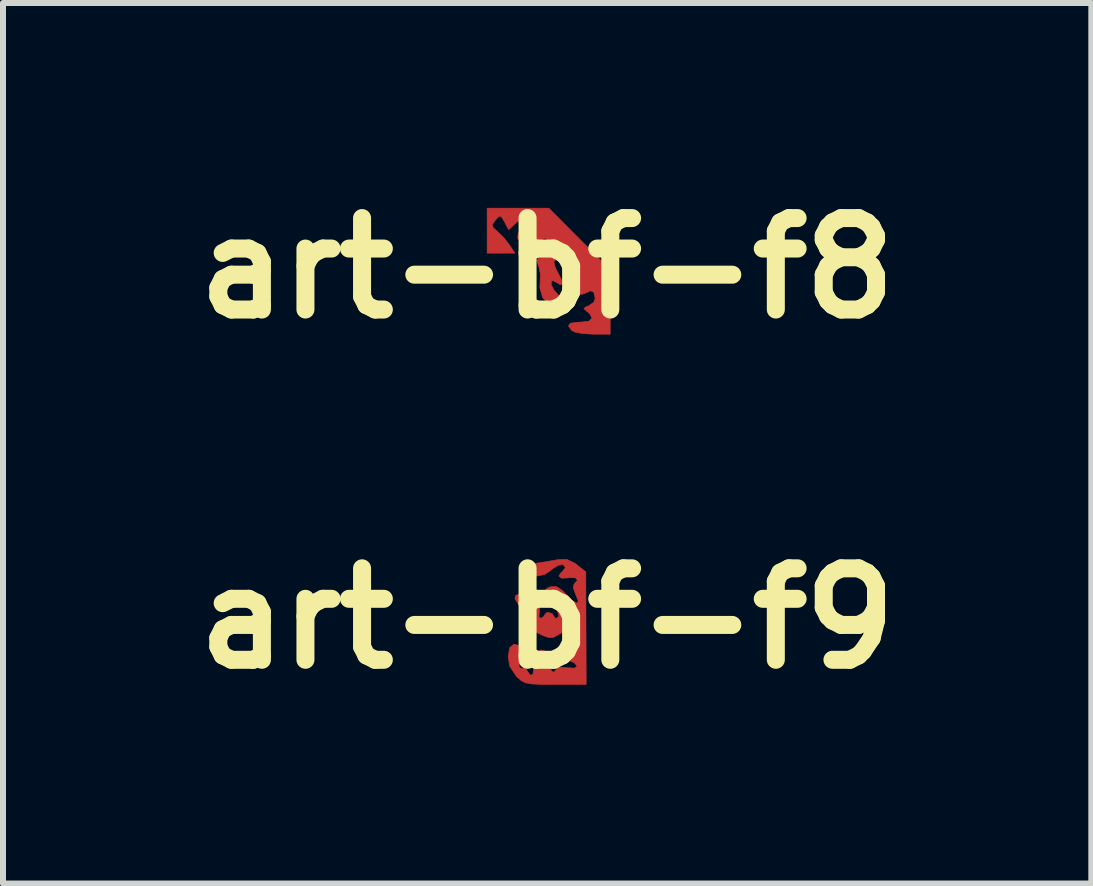
<source format=kicad_pcb>
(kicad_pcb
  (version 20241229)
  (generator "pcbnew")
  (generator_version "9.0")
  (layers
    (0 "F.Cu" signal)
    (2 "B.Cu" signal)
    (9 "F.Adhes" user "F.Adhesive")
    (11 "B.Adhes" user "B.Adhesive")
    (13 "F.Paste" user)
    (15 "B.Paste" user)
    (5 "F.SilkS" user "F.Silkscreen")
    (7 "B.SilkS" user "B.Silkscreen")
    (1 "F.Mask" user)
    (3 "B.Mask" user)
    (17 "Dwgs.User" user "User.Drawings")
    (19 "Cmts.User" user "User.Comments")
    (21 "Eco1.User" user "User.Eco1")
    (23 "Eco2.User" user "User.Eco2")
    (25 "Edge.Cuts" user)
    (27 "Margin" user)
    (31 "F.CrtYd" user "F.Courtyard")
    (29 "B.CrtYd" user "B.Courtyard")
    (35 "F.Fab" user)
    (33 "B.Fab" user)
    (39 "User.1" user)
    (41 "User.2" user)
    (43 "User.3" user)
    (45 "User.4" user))
  (footprint "art-bf-f8"
    (layer "F.Cu")
    (at 6.067 1.418)
    (property "Reference" "art-bf-f8" (at 0 0 0) (layer "F.SilkS") (effects (font (size 1.524 1.524) (thickness 0.3))))
    (attr through_hole)
    (fp_poly (pts (xy 0.538 -0.487) (xy 1.05 0.027) (xy 1.05 1.1) (xy 0.76 1.1) (xy 0.592 1.09) (xy 0.461 1.065) (xy 0.41 1.04) (xy 0.355 0.962) (xy 0.386 0.918) (xy 0.508 0.901) (xy 0.55 0.9) (xy 0.694 0.883) (xy 0.748 0.834) (xy 0.709 0.76) (xy 0.666 0.724) (xy 0.612 0.675) (xy 0.645 0.644) (xy 0.691 0.628) (xy 0.777 0.567) (xy 0.8 0.505) (xy 0.777 0.4) (xy 0.716 0.377) (xy 0.673 0.401) (xy 0.574 0.44) (xy 0.491 0.4) (xy 0.436 0.302) (xy 0.422 0.168) (xy 0.452 0.044) (xy 0.481 -0.101) (xy 0.457 -0.236) (xy 0.392 -0.328) (xy 0.326 -0.35) (xy 0.261 -0.316) (xy 0.26 -0.237) (xy 0.309 -0.161) (xy 0.346 -0.092) (xy 0.312 -0.063) (xy 0.235 -0.092) (xy 0.225 -0.1) (xy 0.144 -0.142) (xy 0.111 -0.109) (xy 0.133 -0.016) (xy 0.165 0.047) (xy 0.232 0.179) (xy 0.25 0.261) (xy 0.22 0.278) (xy 0.174 0.249) (xy 0.1 0.209) (xy 0.07 0.214) (xy 0.067 0.277) (xy 0.114 0.367) (xy 0.186 0.446) (xy 0.224 0.468) (xy 0.294 0.529) (xy 0.288 0.603) (xy 0.212 0.648) (xy 0.184 0.65) (xy 0.034 0.606) (xy -0.075 0.49) (xy -0.122 0.328) (xy -0.118 0.243) (xy -0.113 0.092) (xy -0.141 -0.033) (xy -0.145 -0.04) (xy -0.174 -0.13) (xy -0.132 -0.183) (xy -0.129 -0.185) (xy -0.077 -0.245) (xy -0.032 -0.341) (xy -0.006 -0.437) (xy -0.013 -0.495) (xy -0.024 -0.5) (xy -0.088 -0.477) (xy -0.194 -0.421) (xy -0.202 -0.416) (xy -0.311 -0.364) (xy -0.386 -0.372) (xy -0.422 -0.397) (xy -0.491 -0.495) (xy -0.483 -0.586) (xy -0.425 -0.632) (xy -0.374 -0.685) (xy -0.349 -0.768) (xy -0.359 -0.836) (xy -0.384 -0.85) (xy -0.441 -0.819) (xy -0.53 -0.745) (xy -0.642 -0.64) (xy -0.71 -0.77) (xy -0.762 -0.858) (xy -0.803 -0.864) (xy -0.862 -0.802) (xy -0.915 -0.727) (xy -0.898 -0.672) (xy -0.832 -0.614) (xy -0.72 -0.505) (xy -0.629 -0.388) (xy -0.538 -0.25) (xy -1 -0.25) (xy -1 -1) (xy 0.027 -1) (xy 0.538 -0.487)) (stroke (width 0.01) (type solid)) (fill yes) (layer "F.Cu")))
  (footprint "art-bf-f9"
    (layer "F.Cu")
    (at 6.067 7.254)
    (property "Reference" "art-bf-f9" (at 0 0 0) (layer "F.SilkS") (effects (font (size 1.524 1.524) (thickness 0.3))))
    (attr through_hole)
    (fp_poly (pts (xy 0.46 -0.92) (xy 0.495 -0.893) (xy 0.644 -0.775) (xy 0.647 0.163) (xy 0.65 1.1) (xy 0.134 1.1) (xy -0.099 1.099) (xy -0.255 1.092) (xy -0.357 1.074) (xy -0.428 1.04) (xy -0.49 0.986) (xy -0.516 0.96) (xy -0.624 0.796) (xy -0.65 0.639) (xy -0.626 0.49) (xy -0.556 0.43) (xy -0.438 0.458) (xy -0.438 0.459) (xy -0.359 0.54) (xy -0.372 0.64) (xy -0.424 0.7) (xy -0.468 0.766) (xy -0.463 0.824) (xy -0.415 0.833) (xy -0.402 0.826) (xy -0.352 0.841) (xy -0.332 0.875) (xy -0.282 0.946) (xy -0.238 0.933) (xy -0.223 0.848) (xy -0.227 0.812) (xy -0.224 0.677) (xy -0.177 0.574) (xy -0.103 0.525) (xy -0.027 0.549) (xy 0.03 0.643) (xy 0.05 0.756) (xy 0.065 0.859) (xy 0.1 0.9) (xy 0.148 0.861) (xy 0.15 0.844) (xy 0.194 0.811) (xy 0.325 0.822) (xy 0.325 0.822) (xy 0.456 0.829) (xy 0.5 0.796) (xy 0.456 0.742) (xy 0.35 0.693) (xy 0.238 0.628) (xy 0.198 0.553) (xy 0.234 0.494) (xy 0.333 0.473) (xy 0.439 0.452) (xy 0.489 0.407) (xy 0.482 0.363) (xy 0.403 0.374) (xy 0.401 0.375) (xy 0.322 0.389) (xy 0.313 0.342) (xy 0.323 0.305) (xy 0.339 0.222) (xy 0.303 0.208) (xy 0.203 0.261) (xy 0.18 0.276) (xy 0.102 0.318) (xy 0.027 0.32) (xy -0.082 0.28) (xy -0.166 0.239) (xy -0.31 0.156) (xy -0.38 0.078) (xy -0.398 -0.003) (xy -0.428 -0.143) (xy -0.473 -0.228) (xy -0.537 -0.328) (xy -0.524 -0.383) (xy -0.424 -0.421) (xy -0.414 -0.423) (xy -0.275 -0.415) (xy -0.17 -0.333) (xy -0.123 -0.203) (xy -0.131 -0.12) (xy -0.136 -0.025) (xy -0.105 0) (xy -0.053 -0.035) (xy -0.05 -0.05) (xy -0.01 -0.094) (xy 0.025 -0.1) (xy 0.092 -0.073) (xy 0.1 -0.05) (xy 0.138 -0.001) (xy 0.15 0) (xy 0.197 -0.032) (xy 0.174 -0.119) (xy 0.082 -0.251) (xy 0.075 -0.259) (xy -0.019 -0.384) (xy -0.042 -0.46) (xy 0.007 -0.508) (xy 0.06 -0.528) (xy 0.152 -0.532) (xy 0.248 -0.469) (xy 0.309 -0.406) (xy 0.422 -0.295) (xy 0.495 -0.254) (xy 0.518 -0.285) (xy 0.482 -0.387) (xy 0.476 -0.397) (xy 0.433 -0.517) (xy 0.45 -0.575) (xy 0.504 -0.634) (xy 0.475 -0.675) (xy 0.379 -0.68) (xy 0.35 -0.675) (xy 0.241 -0.67) (xy 0.195 -0.704) (xy 0.229 -0.761) (xy 0.25 -0.775) (xy 0.298 -0.839) (xy 0.3 -0.853) (xy 0.266 -0.898) (xy 0.186 -0.886) (xy 0.088 -0.826) (xy 0.057 -0.796) (xy -0.049 -0.73) (xy -0.182 -0.706) (xy -0.304 -0.723) (xy -0.381 -0.781) (xy -0.389 -0.806) (xy -0.372 -0.863) (xy -0.283 -0.901) (xy -0.19 -0.918) (xy -0.01 -0.946) (xy 0.158 -0.975) (xy 0.186 -0.98) (xy 0.328 -0.983) (xy 0.46 -0.92)) (stroke (width 0.01) (type solid)) (fill yes) (layer "F.Cu")))
  (gr_rect
    (start -3 -3)
    (end 15.134 11.672)
    (stroke (width 0.1) (type default))
    (fill no)
    (layer "Edge.Cuts")))
</source>
